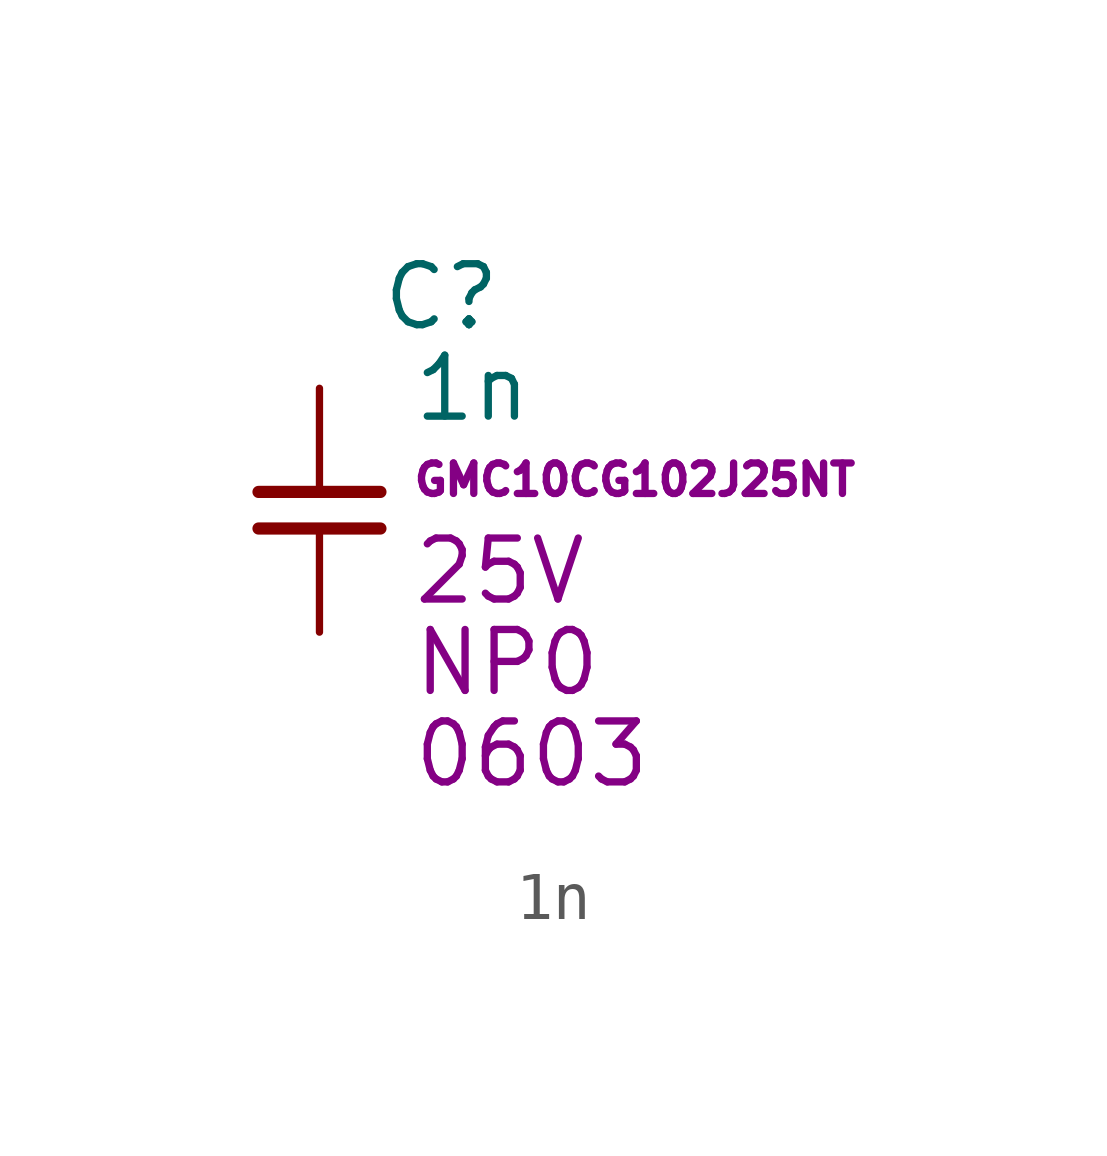
<source format=kicad_sym>
(kicad_symbol_lib
  (version 20220914)
  (generator kicad_symbol_editor)
  (symbol "1n"
    (pin_numbers hide)
    (pin_names hide)
    (property "Reference" "C"
      (at 2.54 1.905 0)
      (effects (font (size 1.27 1.27))))
    (property "Value" "1n"
      (at 1.905 0 0)
      (effects (font (size 1.27 1.27)) (justify left)))
    (property "Mfr PN" "GMC10CG102J25NT"
      (at 1.905 -1.905 0)
      (effects (font (size 0.635 0.635)) (justify left)))
    (property "Voltage" "25V"
      (at 1.905 -3.81 0)
      (effects (font (size 1.27 1.27)) (justify left)))
    (property "Dielectric" "NP0"
      (at 1.905 -5.715 0)
      (effects (font (size 1.27 1.27)) (justify left)))
    (property "Package" "0603"
      (at 1.905 -7.62 0)
      (effects (font (size 1.27 1.27)) (justify left)))
    (symbol "1n_0_1"
      (polyline (pts (xy -1.27 -2.921) (xy 1.27 -2.921)) (stroke (width 0.254) (type default)) (fill (type none)))
      (polyline (pts (xy -1.27 -2.159) (xy 1.27 -2.159)) (stroke (width 0.254) (type default)) (fill (type none))))
    (symbol "1n_1_1"
      (pin passive line (at 0 0 270) (length 2.1) (name "+" (effects (font (size 1.27 1.27)))) (number "1" (effects (font (size 1.27 1.27)))))
      (pin passive line (at 0 -5.08 90) (length 2.1) (name "-" (effects (font (size 1.27 1.27)))) (number "2" (effects (font (size 1.27 1.27))))))))
</source>
